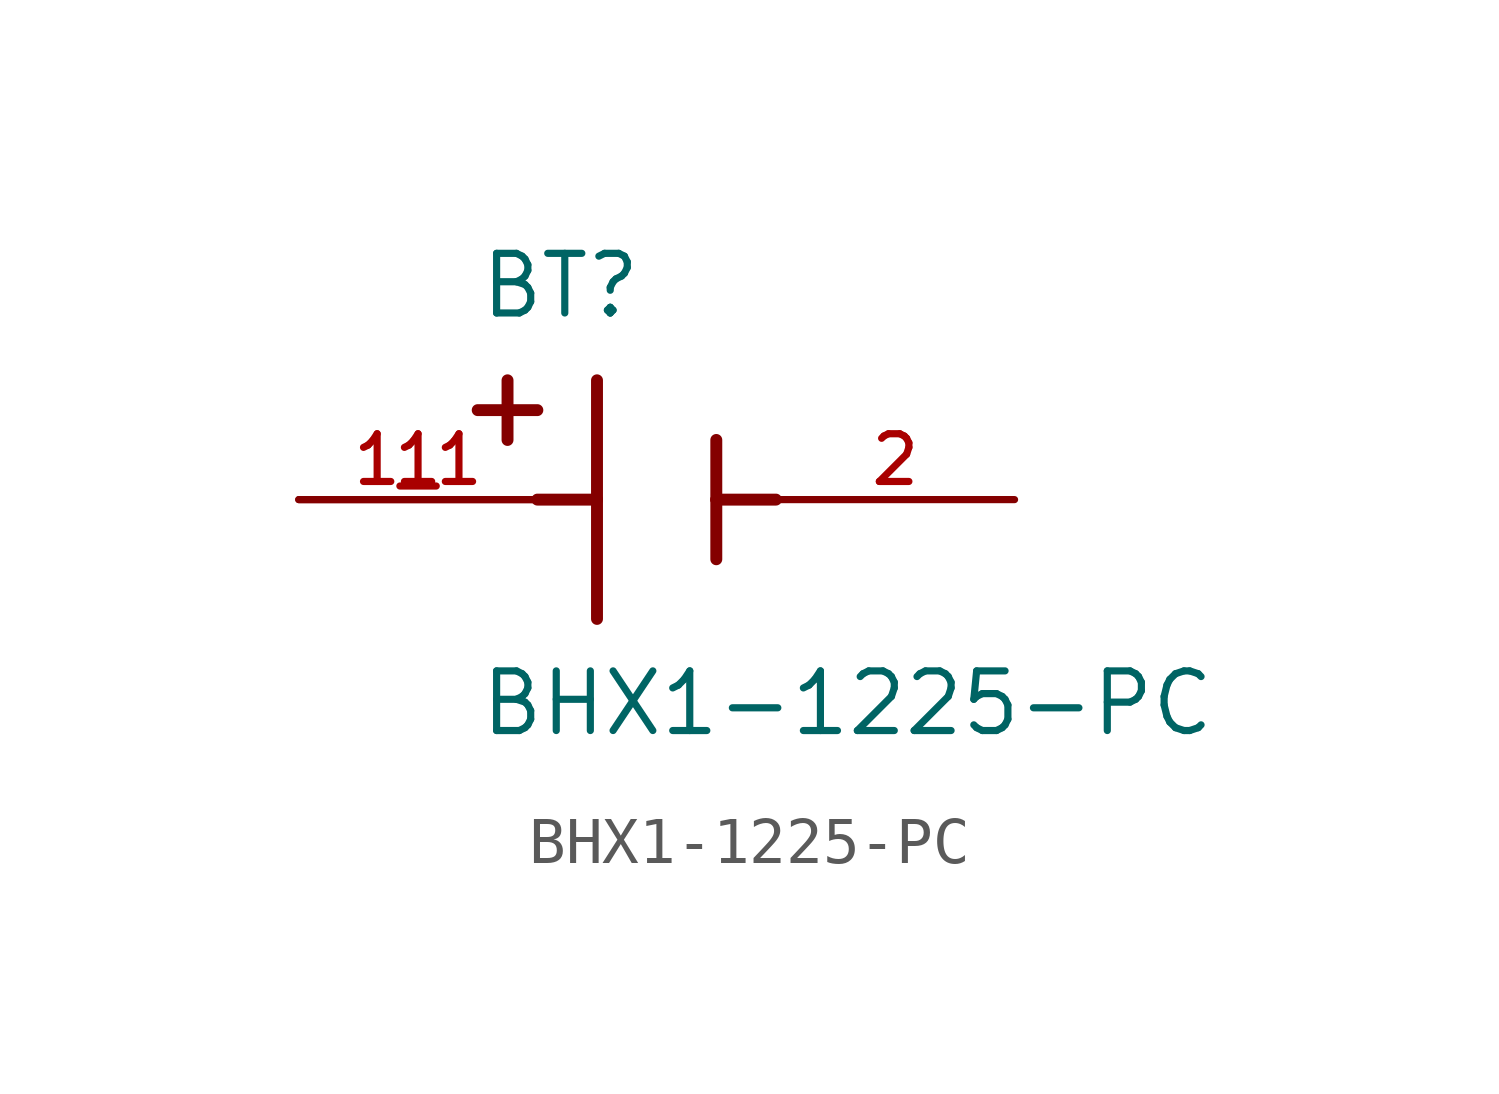
<source format=kicad_sym>
(kicad_symbol_lib
  (version 20211014)
  (generator kicad_symbol_editor)
  (symbol "BHX1-1225-PC"
    (pin_names
      (offset 1.016))
    (property "Reference" "BT"
      (at -3.81 3.81 0)
      (effects (font (size 1.27 1.27)) (justify bottom left)))
    (property "Value" "BHX1-1225-PC"
      (at -3.81 -5.08 0)
      (effects (font (size 1.27 1.27)) (justify bottom left)))
    (symbol "BHX1-1225-PC_0_0"
      (polyline (pts (xy -1.27 2.54) (xy -1.27 0.0)) (stroke (width 0.254)))
      (polyline (pts (xy -1.27 0.0) (xy -1.27 -2.54)) (stroke (width 0.254)))
      (polyline (pts (xy 1.27 1.27) (xy 1.27 0.0)) (stroke (width 0.254)))
      (polyline (pts (xy 1.27 0.0) (xy 1.27 -1.27)) (stroke (width 0.254)))
      (polyline (pts (xy -1.27 0.0) (xy -2.54 0.0)) (stroke (width 0.254)))
      (polyline (pts (xy 1.27 0.0) (xy 2.54 0.0)) (stroke (width 0.254)))
      (polyline (pts (xy -3.175 2.54) (xy -3.175 1.27)) (stroke (width 0.254)))
      (polyline (pts (xy -3.81 1.905) (xy -2.54 1.905)) (stroke (width 0.254)))
      (pin passive line (at -7.62 0.0 0) (length 5.08) (name "~" (effects (font (size 1.016 1.016)))) (number "1" (effects (font (size 1.016 1.016)))))
      (pin passive line (at -7.62 0.0 0) (length 5.08) (name "~" (effects (font (size 1.016 1.016)))) (number "1_1" (effects (font (size 1.016 1.016)))))
      (pin passive line (at 7.62 0.0 180.0) (length 5.08) (name "~" (effects (font (size 1.016 1.016)))) (number "2" (effects (font (size 1.016 1.016))))))))
</source>
